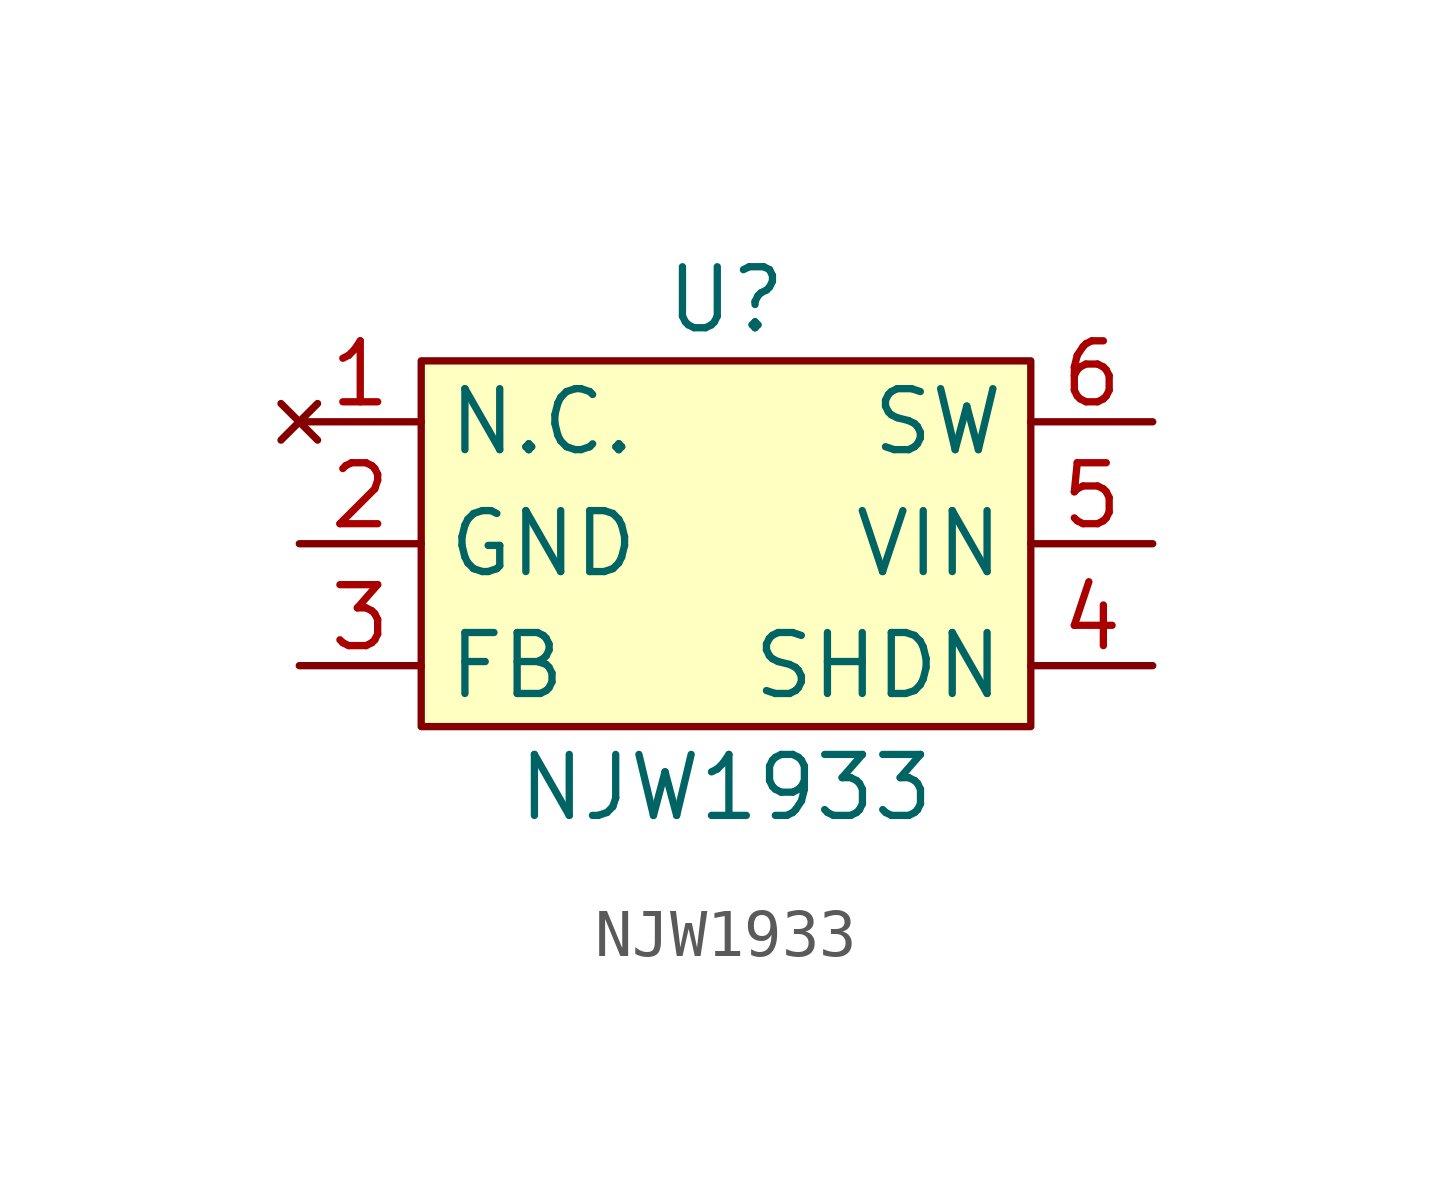
<source format=kicad_sym>
(kicad_symbol_lib
  (version 20241209)
  (generator "kicad_symbol_editor")
  (generator_version "9.0")
  (symbol "NJW1933"
    (property "Reference" "U"
      (at 0 0 0)
      (effects (font (size 1.27 1.27))))
    (property "Value" "NJW1933"
      (at 0 -10.16 0)
      (effects (font (size 1.27 1.27))))
    (symbol "NJW1933_0_1"
      (rectangle (start -6.35 -1.27) (end 6.35 -8.89) (stroke (width 0) (type default)) (fill (type background))))
    (symbol "NJW1933_1_1"
      (pin no_connect line (at -8.89 -2.54 0) (length 2.54) (name "N.C." (effects (font (size 1.27 1.27)))) (number "1" (effects (font (size 1.27 1.27)))))
      (pin unspecified line (at -8.89 -5.08 0) (length 2.54) (name "GND" (effects (font (size 1.27 1.27)))) (number "2" (effects (font (size 1.27 1.27)))))
      (pin unspecified line (at -8.89 -7.62 0) (length 2.54) (name "FB" (effects (font (size 1.27 1.27)))) (number "3" (effects (font (size 1.27 1.27)))))
      (pin unspecified line (at 8.89 -2.54 180) (length 2.54) (name "SW" (effects (font (size 1.27 1.27)))) (number "6" (effects (font (size 1.27 1.27)))))
      (pin unspecified line (at 8.89 -5.08 180) (length 2.54) (name "VIN" (effects (font (size 1.27 1.27)))) (number "5" (effects (font (size 1.27 1.27)))))
      (pin unspecified line (at 8.89 -7.62 180) (length 2.54) (name "SHDN" (effects (font (size 1.27 1.27)))) (number "4" (effects (font (size 1.27 1.27))))))))
</source>
